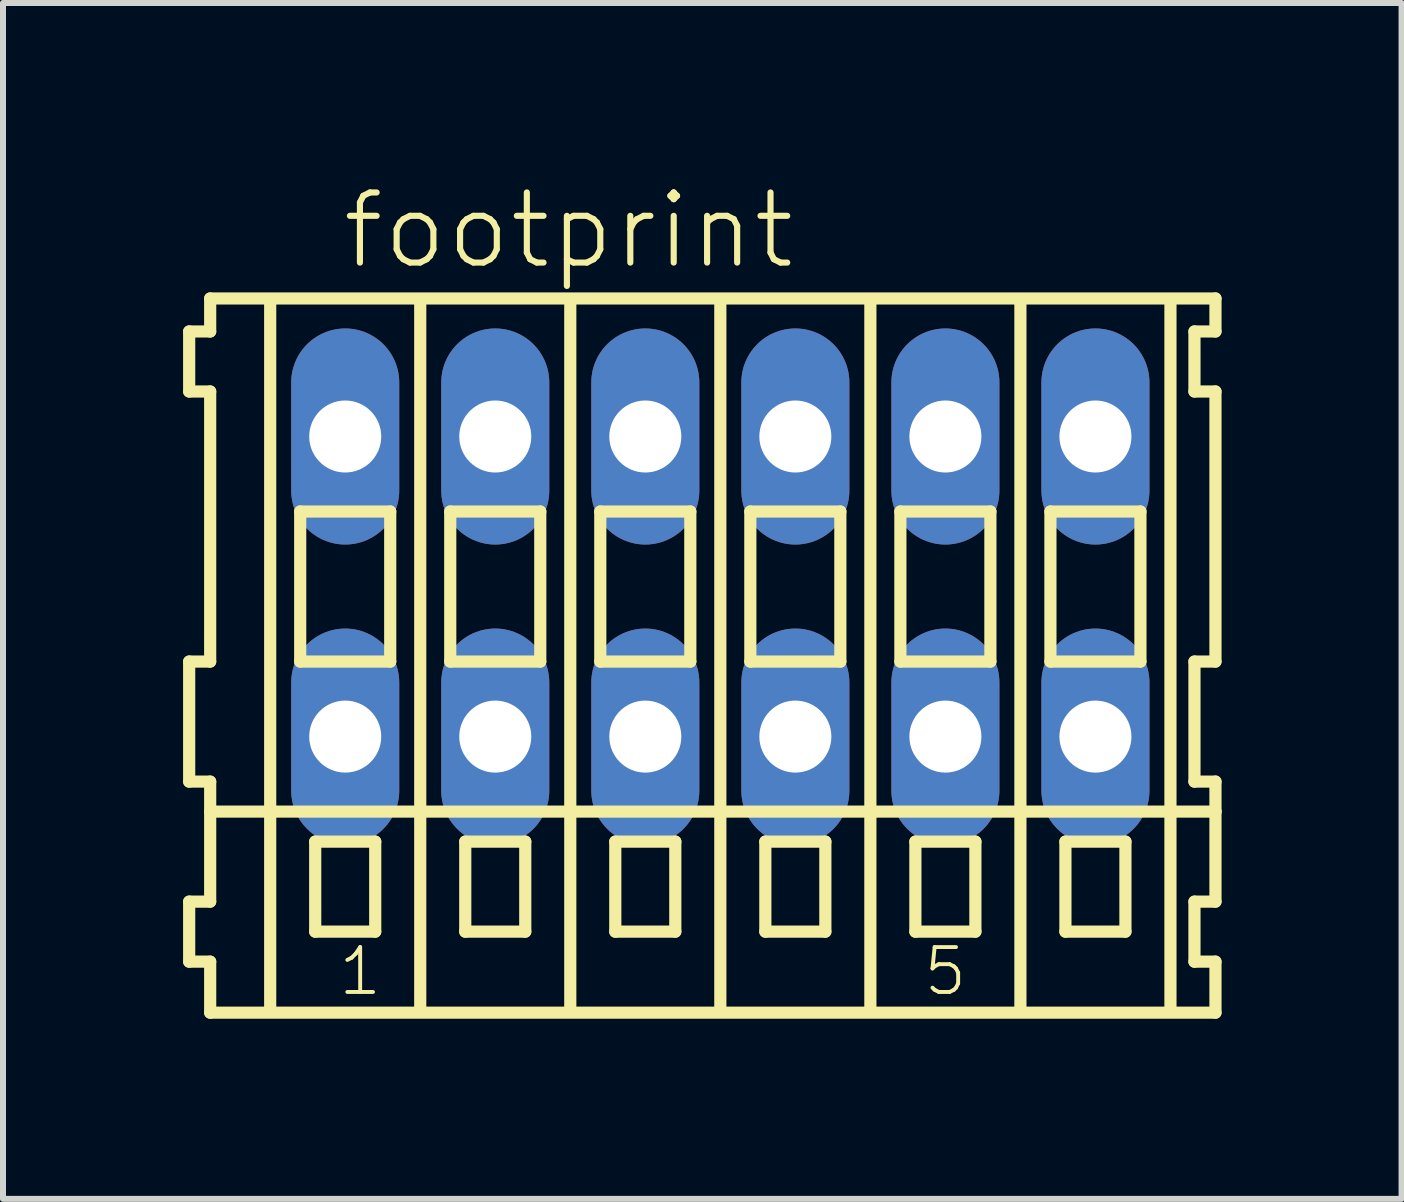
<source format=kicad_pcb>
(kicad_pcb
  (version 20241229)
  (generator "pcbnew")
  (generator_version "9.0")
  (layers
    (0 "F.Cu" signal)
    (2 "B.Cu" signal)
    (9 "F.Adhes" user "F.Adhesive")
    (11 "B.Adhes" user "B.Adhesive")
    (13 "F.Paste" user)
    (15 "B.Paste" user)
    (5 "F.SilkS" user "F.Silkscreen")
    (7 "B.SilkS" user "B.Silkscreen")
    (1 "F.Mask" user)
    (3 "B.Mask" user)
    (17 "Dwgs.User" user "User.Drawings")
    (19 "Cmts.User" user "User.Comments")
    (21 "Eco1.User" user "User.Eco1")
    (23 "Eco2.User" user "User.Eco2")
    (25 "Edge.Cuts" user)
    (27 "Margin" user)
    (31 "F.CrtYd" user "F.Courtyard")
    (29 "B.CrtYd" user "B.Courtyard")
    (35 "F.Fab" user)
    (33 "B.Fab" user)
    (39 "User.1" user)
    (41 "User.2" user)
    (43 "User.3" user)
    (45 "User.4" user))
  (footprint "footprint"
    (layer "F.Cu")
    (at 8.952 6.723)
    (property "Reference" "footprint" (at -6.35 -5.25 0) (layer "F.SilkS") (effects (font (size 1.168 1.168) (thickness 0.102)) (justify left bottom)))
    (fp_line (start -8.85 -4.25) (end -8.85 -3.25) (stroke (width 0.203) (type solid)) (layer "F.SilkS"))
    (fp_line (start -8.85 -3.25) (end -8.5 -3.25) (stroke (width 0.203) (type solid)) (layer "F.SilkS"))
    (fp_line (start -8.85 1.25) (end -8.85 3.25) (stroke (width 0.203) (type solid)) (layer "F.SilkS"))
    (fp_line (start -8.85 3.25) (end -8.5 3.25) (stroke (width 0.203) (type solid)) (layer "F.SilkS"))
    (fp_line (start -8.85 5.25) (end -8.85 6.25) (stroke (width 0.203) (type solid)) (layer "F.SilkS"))
    (fp_line (start -8.85 6.25) (end -8.5 6.25) (stroke (width 0.203) (type solid)) (layer "F.SilkS"))
    (fp_line (start -8.5 -4.8) (end -8.5 -4.25) (stroke (width 0.203) (type solid)) (layer "F.SilkS"))
    (fp_line (start -8.5 -4.25) (end -8.85 -4.25) (stroke (width 0.203) (type solid)) (layer "F.SilkS"))
    (fp_line (start -8.5 -3.25) (end -8.5 1.25) (stroke (width 0.203) (type solid)) (layer "F.SilkS"))
    (fp_line (start -8.5 1.25) (end -8.85 1.25) (stroke (width 0.203) (type solid)) (layer "F.SilkS"))
    (fp_line (start -8.5 3.25) (end -8.5 5.25) (stroke (width 0.203) (type solid)) (layer "F.SilkS"))
    (fp_line (start -8.5 3.75) (end 8.25 3.75) (stroke (width 0.203) (type solid)) (layer "F.SilkS"))
    (fp_line (start -8.5 5.25) (end -8.85 5.25) (stroke (width 0.203) (type solid)) (layer "F.SilkS"))
    (fp_line (start -8.5 6.25) (end -8.5 7.1) (stroke (width 0.203) (type solid)) (layer "F.SilkS"))
    (fp_line (start -8.5 7.1) (end 8.25 7.1) (stroke (width 0.203) (type solid)) (layer "F.SilkS"))
    (fp_line (start -7.5 -4.75) (end -7.5 7) (stroke (width 0.203) (type solid)) (layer "F.SilkS"))
    (fp_line (start -7 -1.25) (end -7 1.25) (stroke (width 0.203) (type solid)) (layer "F.SilkS"))
    (fp_line (start -7 1.25) (end -5.5 1.25) (stroke (width 0.203) (type solid)) (layer "F.SilkS"))
    (fp_line (start -6.75 4.25) (end -6.75 5.75) (stroke (width 0.203) (type solid)) (layer "F.SilkS"))
    (fp_line (start -6.75 5.75) (end -5.75 5.75) (stroke (width 0.203) (type solid)) (layer "F.SilkS"))
    (fp_line (start -5.75 4.25) (end -6.75 4.25) (stroke (width 0.203) (type solid)) (layer "F.SilkS"))
    (fp_line (start -5.75 5.75) (end -5.75 4.25) (stroke (width 0.203) (type solid)) (layer "F.SilkS"))
    (fp_line (start -5.5 -1.25) (end -7 -1.25) (stroke (width 0.203) (type solid)) (layer "F.SilkS"))
    (fp_line (start -5.5 1.25) (end -5.5 -1.25) (stroke (width 0.203) (type solid)) (layer "F.SilkS"))
    (fp_line (start -5 -4.75) (end -5 7) (stroke (width 0.203) (type solid)) (layer "F.SilkS"))
    (fp_line (start -4.5 -1.25) (end -4.5 1.25) (stroke (width 0.203) (type solid)) (layer "F.SilkS"))
    (fp_line (start -4.5 1.25) (end -3 1.25) (stroke (width 0.203) (type solid)) (layer "F.SilkS"))
    (fp_line (start -4.25 4.25) (end -4.25 5.75) (stroke (width 0.203) (type solid)) (layer "F.SilkS"))
    (fp_line (start -4.25 5.75) (end -3.25 5.75) (stroke (width 0.203) (type solid)) (layer "F.SilkS"))
    (fp_line (start -3.25 4.25) (end -4.25 4.25) (stroke (width 0.203) (type solid)) (layer "F.SilkS"))
    (fp_line (start -3.25 5.75) (end -3.25 4.25) (stroke (width 0.203) (type solid)) (layer "F.SilkS"))
    (fp_line (start -3 -1.25) (end -4.5 -1.25) (stroke (width 0.203) (type solid)) (layer "F.SilkS"))
    (fp_line (start -3 1.25) (end -3 -1.25) (stroke (width 0.203) (type solid)) (layer "F.SilkS"))
    (fp_line (start -2.5 -4.75) (end -2.5 7) (stroke (width 0.203) (type solid)) (layer "F.SilkS"))
    (fp_line (start -2 -1.25) (end -2 1.25) (stroke (width 0.203) (type solid)) (layer "F.SilkS"))
    (fp_line (start -2 1.25) (end -0.5 1.25) (stroke (width 0.203) (type solid)) (layer "F.SilkS"))
    (fp_line (start -1.75 4.25) (end -1.75 5.75) (stroke (width 0.203) (type solid)) (layer "F.SilkS"))
    (fp_line (start -1.75 5.75) (end -0.75 5.75) (stroke (width 0.203) (type solid)) (layer "F.SilkS"))
    (fp_line (start -0.75 4.25) (end -1.75 4.25) (stroke (width 0.203) (type solid)) (layer "F.SilkS"))
    (fp_line (start -0.75 5.75) (end -0.75 4.25) (stroke (width 0.203) (type solid)) (layer "F.SilkS"))
    (fp_line (start -0.5 -1.25) (end -2 -1.25) (stroke (width 0.203) (type solid)) (layer "F.SilkS"))
    (fp_line (start -0.5 1.25) (end -0.5 -1.25) (stroke (width 0.203) (type solid)) (layer "F.SilkS"))
    (fp_line (start 0 -4.75) (end 0 7) (stroke (width 0.203) (type solid)) (layer "F.SilkS"))
    (fp_line (start 0.5 -1.25) (end 0.5 1.25) (stroke (width 0.203) (type solid)) (layer "F.SilkS"))
    (fp_line (start 0.5 1.25) (end 2 1.25) (stroke (width 0.203) (type solid)) (layer "F.SilkS"))
    (fp_line (start 0.75 4.25) (end 0.75 5.75) (stroke (width 0.203) (type solid)) (layer "F.SilkS"))
    (fp_line (start 0.75 5.75) (end 1.75 5.75) (stroke (width 0.203) (type solid)) (layer "F.SilkS"))
    (fp_line (start 1.75 4.25) (end 0.75 4.25) (stroke (width 0.203) (type solid)) (layer "F.SilkS"))
    (fp_line (start 1.75 5.75) (end 1.75 4.25) (stroke (width 0.203) (type solid)) (layer "F.SilkS"))
    (fp_line (start 2 -1.25) (end 0.5 -1.25) (stroke (width 0.203) (type solid)) (layer "F.SilkS"))
    (fp_line (start 2 1.25) (end 2 -1.25) (stroke (width 0.203) (type solid)) (layer "F.SilkS"))
    (fp_line (start 2.5 -4.75) (end 2.5 7) (stroke (width 0.203) (type solid)) (layer "F.SilkS"))
    (fp_line (start 3 -1.25) (end 3 1.25) (stroke (width 0.203) (type solid)) (layer "F.SilkS"))
    (fp_line (start 3 1.25) (end 4.5 1.25) (stroke (width 0.203) (type solid)) (layer "F.SilkS"))
    (fp_line (start 3.25 4.25) (end 3.25 5.75) (stroke (width 0.203) (type solid)) (layer "F.SilkS"))
    (fp_line (start 3.25 5.75) (end 4.25 5.75) (stroke (width 0.203) (type solid)) (layer "F.SilkS"))
    (fp_line (start 4.25 4.25) (end 3.25 4.25) (stroke (width 0.203) (type solid)) (layer "F.SilkS"))
    (fp_line (start 4.25 5.75) (end 4.25 4.25) (stroke (width 0.203) (type solid)) (layer "F.SilkS"))
    (fp_line (start 4.5 -1.25) (end 3 -1.25) (stroke (width 0.203) (type solid)) (layer "F.SilkS"))
    (fp_line (start 4.5 1.25) (end 4.5 -1.25) (stroke (width 0.203) (type solid)) (layer "F.SilkS"))
    (fp_line (start 5 -4.75) (end 5 7) (stroke (width 0.203) (type solid)) (layer "F.SilkS"))
    (fp_line (start 5.5 -1.25) (end 5.5 1.25) (stroke (width 0.203) (type solid)) (layer "F.SilkS"))
    (fp_line (start 5.5 1.25) (end 7 1.25) (stroke (width 0.203) (type solid)) (layer "F.SilkS"))
    (fp_line (start 5.75 4.25) (end 5.75 5.75) (stroke (width 0.203) (type solid)) (layer "F.SilkS"))
    (fp_line (start 5.75 5.75) (end 6.75 5.75) (stroke (width 0.203) (type solid)) (layer "F.SilkS"))
    (fp_line (start 6.75 4.25) (end 5.75 4.25) (stroke (width 0.203) (type solid)) (layer "F.SilkS"))
    (fp_line (start 6.75 5.75) (end 6.75 4.25) (stroke (width 0.203) (type solid)) (layer "F.SilkS"))
    (fp_line (start 7 -1.25) (end 5.5 -1.25) (stroke (width 0.203) (type solid)) (layer "F.SilkS"))
    (fp_line (start 7 1.25) (end 7 -1.25) (stroke (width 0.203) (type solid)) (layer "F.SilkS"))
    (fp_line (start 7.5 -4.75) (end 7.5 7) (stroke (width 0.203) (type solid)) (layer "F.SilkS"))
    (fp_line (start 7.9 -4.25) (end 7.9 -3.25) (stroke (width 0.203) (type solid)) (layer "F.SilkS"))
    (fp_line (start 7.9 -3.25) (end 8.25 -3.25) (stroke (width 0.203) (type solid)) (layer "F.SilkS"))
    (fp_line (start 7.9 1.25) (end 7.9 3.25) (stroke (width 0.203) (type solid)) (layer "F.SilkS"))
    (fp_line (start 7.9 3.25) (end 8.25 3.25) (stroke (width 0.203) (type solid)) (layer "F.SilkS"))
    (fp_line (start 7.9 5.25) (end 7.9 6.25) (stroke (width 0.203) (type solid)) (layer "F.SilkS"))
    (fp_line (start 7.9 6.25) (end 8.25 6.25) (stroke (width 0.203) (type solid)) (layer "F.SilkS"))
    (fp_line (start 8.25 -4.8) (end -8.5 -4.8) (stroke (width 0.203) (type solid)) (layer "F.SilkS"))
    (fp_line (start 8.25 -4.25) (end 7.9 -4.25) (stroke (width 0.203) (type solid)) (layer "F.SilkS"))
    (fp_line (start 8.25 -4.25) (end 8.25 -4.8) (stroke (width 0.203) (type solid)) (layer "F.SilkS"))
    (fp_line (start 8.25 1.25) (end 7.9 1.25) (stroke (width 0.203) (type solid)) (layer "F.SilkS"))
    (fp_line (start 8.25 1.25) (end 8.25 -3.25) (stroke (width 0.203) (type solid)) (layer "F.SilkS"))
    (fp_line (start 8.25 3.75) (end 8.25 3.25) (stroke (width 0.203) (type solid)) (layer "F.SilkS"))
    (fp_line (start 8.25 5.25) (end 7.9 5.25) (stroke (width 0.203) (type solid)) (layer "F.SilkS"))
    (fp_line (start 8.25 5.25) (end 8.25 3.75) (stroke (width 0.203) (type solid)) (layer "F.SilkS"))
    (fp_line (start 8.25 7.1) (end 8.25 6.25) (stroke (width 0.203) (type solid)) (layer "F.SilkS"))
    (fp_text user "1" (at -6.4 6.85 0) (layer "F.SilkS") (effects (font (size 0.748 0.748) (thickness 0.065)) (justify left bottom)))
    (fp_text user "5" (at 3.35 6.85 0) (layer "F.SilkS") (effects (font (size 0.748 0.748) (thickness 0.065)) (justify left bottom)))
    (pad "A1" thru_hole oval (at -6.25 -2.5 90) (size 3.6 1.8) (drill 1.2) (layers "*.Cu" "*.Mask"))
    (pad "A2" thru_hole oval (at -3.75 -2.5 90) (size 3.6 1.8) (drill 1.2) (layers "*.Cu" "*.Mask"))
    (pad "A3" thru_hole oval (at -1.25 -2.5 90) (size 3.6 1.8) (drill 1.2) (layers "*.Cu" "*.Mask"))
    (pad "A4" thru_hole oval (at 1.25 -2.5 90) (size 3.6 1.8) (drill 1.2) (layers "*.Cu" "*.Mask"))
    (pad "A5" thru_hole oval (at 3.75 -2.5 90) (size 3.6 1.8) (drill 1.2) (layers "*.Cu" "*.Mask"))
    (pad "A6" thru_hole oval (at 6.25 -2.5 90) (size 3.6 1.8) (drill 1.2) (layers "*.Cu" "*.Mask"))
    (pad "B1" thru_hole oval (at -6.25 2.5 90) (size 3.6 1.8) (drill 1.2) (layers "*.Cu" "*.Mask"))
    (pad "B2" thru_hole oval (at -3.75 2.5 90) (size 3.6 1.8) (drill 1.2) (layers "*.Cu" "*.Mask"))
    (pad "B3" thru_hole oval (at -1.25 2.5 90) (size 3.6 1.8) (drill 1.2) (layers "*.Cu" "*.Mask"))
    (pad "B4" thru_hole oval (at 1.25 2.5 90) (size 3.6 1.8) (drill 1.2) (layers "*.Cu" "*.Mask"))
    (pad "B5" thru_hole oval (at 3.75 2.5 90) (size 3.6 1.8) (drill 1.2) (layers "*.Cu" "*.Mask"))
    (pad "B6" thru_hole oval (at 6.25 2.5 90) (size 3.6 1.8) (drill 1.2) (layers "*.Cu" "*.Mask")))
  (gr_rect
    (start -3 -3)
    (end 20.303 16.925)
    (stroke (width 0.1) (type default))
    (fill no)
    (layer "Edge.Cuts")))
</source>
